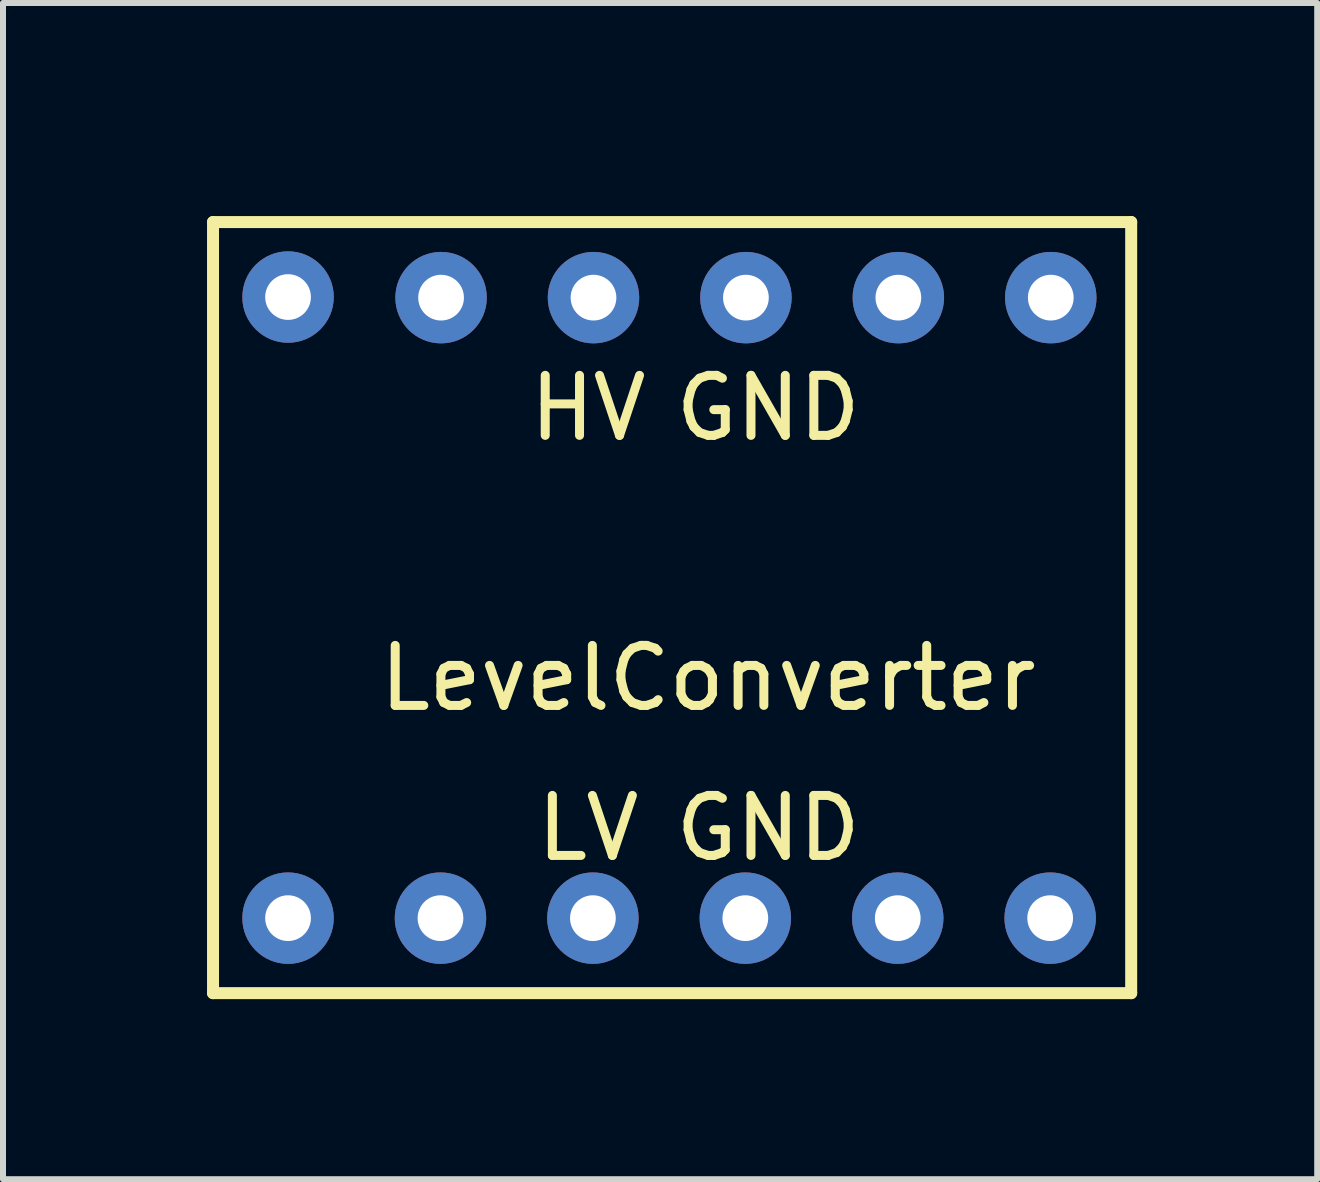
<source format=kicad_pcb>
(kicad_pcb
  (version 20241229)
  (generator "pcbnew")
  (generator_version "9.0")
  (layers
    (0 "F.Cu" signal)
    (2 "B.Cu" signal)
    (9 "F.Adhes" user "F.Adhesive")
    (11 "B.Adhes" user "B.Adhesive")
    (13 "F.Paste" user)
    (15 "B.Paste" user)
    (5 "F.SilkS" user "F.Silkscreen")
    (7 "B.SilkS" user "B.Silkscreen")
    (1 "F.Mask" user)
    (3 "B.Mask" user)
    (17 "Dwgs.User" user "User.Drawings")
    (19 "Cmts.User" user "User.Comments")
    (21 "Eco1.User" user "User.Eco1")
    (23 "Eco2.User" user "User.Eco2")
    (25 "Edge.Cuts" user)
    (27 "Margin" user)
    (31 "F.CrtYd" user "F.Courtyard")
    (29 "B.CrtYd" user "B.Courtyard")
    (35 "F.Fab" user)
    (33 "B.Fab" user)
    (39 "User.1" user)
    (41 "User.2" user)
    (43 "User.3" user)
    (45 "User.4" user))
  (footprint "LevelConverter"
    (layer "F.Cu")
    (at 0.25 0.25)
    (property "Reference" "LevelConverter" (at 8.5 8 0) (layer "F.SilkS") (effects (font (size 1 1) (thickness 0.15))))
    (attr through_hole)
    (fp_line (start 0.25 0.4) (end 0.25 13.25) (stroke (width 0.2) (type solid)) (layer "F.SilkS"))
    (fp_line (start 0.25 0.4) (end 15.55 0.4) (stroke (width 0.2) (type solid)) (layer "F.SilkS"))
    (fp_line (start 15.55 0.4) (end 15.55 13.25) (stroke (width 0.2) (type solid)) (layer "F.SilkS"))
    (fp_line (start 15.55 13.25) (end 0.25 13.25) (stroke (width 0.2) (type solid)) (layer "F.SilkS"))
    (fp_text user "HV" (at 6.5 3.5 0) (layer "F.SilkS") (effects (font (size 1 1) (thickness 0.15))))
    (fp_text user "LV" (at 6.5 10.5 0) (layer "F.SilkS") (effects (font (size 1 1) (thickness 0.15))))
    (fp_text user "GND" (at 9.5 10.5 0) (layer "F.SilkS") (effects (font (size 1 1) (thickness 0.15))))
    (fp_text user "GND" (at 9.5 3.5 0) (layer "F.SilkS") (effects (font (size 1 1) (thickness 0.15))))
    (pad "1" thru_hole circle (at 1.5 12) (size 1.524 1.524) (drill 0.762) (layers "*.Cu" "*.Mask"))
    (pad "2" thru_hole circle (at 4.04 12) (size 1.524 1.524) (drill 0.762) (layers "*.Cu" "*.Mask"))
    (pad "3" thru_hole circle (at 6.58 12) (size 1.524 1.524) (drill 0.762) (layers "*.Cu" "*.Mask"))
    (pad "4" thru_hole circle (at 9.12 12) (size 1.524 1.524) (drill 0.762) (layers "*.Cu" "*.Mask"))
    (pad "5" thru_hole circle (at 11.66 12) (size 1.524 1.524) (drill 0.762) (layers "*.Cu" "*.Mask"))
    (pad "6" thru_hole circle (at 14.2 12) (size 1.524 1.524) (drill 0.762) (layers "*.Cu" "*.Mask"))
    (pad "7" thru_hole circle (at 1.5 1.65) (size 1.524 1.524) (drill 0.762) (layers "*.Cu" "*.Mask"))
    (pad "8" thru_hole circle (at 4.05 1.66) (size 1.524 1.524) (drill 0.762) (layers "*.Cu" "*.Mask"))
    (pad "9" thru_hole circle (at 6.59 1.66) (size 1.524 1.524) (drill 0.762) (layers "*.Cu" "*.Mask"))
    (pad "10" thru_hole circle (at 9.13 1.66) (size 1.524 1.524) (drill 0.762) (layers "*.Cu" "*.Mask"))
    (pad "11" thru_hole circle (at 11.67 1.66) (size 1.524 1.524) (drill 0.762) (layers "*.Cu" "*.Mask"))
    (pad "12" thru_hole circle (at 14.21 1.66) (size 1.524 1.524) (drill 0.762) (layers "*.Cu" "*.Mask")))
  (gr_rect
    (start -3 -3)
    (end 18.9 16.6)
    (stroke (width 0.1) (type default))
    (fill no)
    (layer "Edge.Cuts")))
</source>
